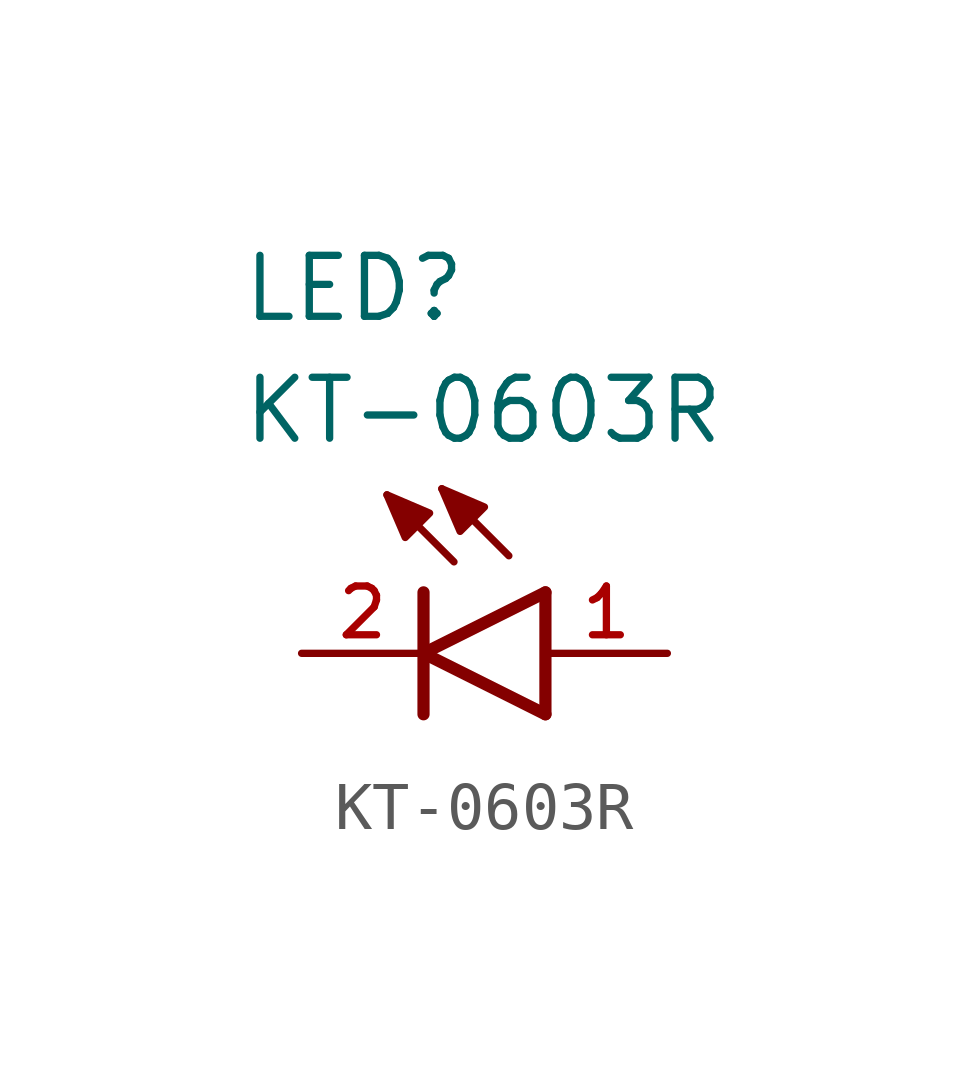
<source format=kicad_sym>
(kicad_symbol_lib
  (version 20241209)
  (generator "kicad_symbol_editor")
  (generator_version "9.0")
  (symbol "KT-0603R"
    (pin_names
      (hide yes))
    (property "Reference" "LED"
      (at -3.81 6.858 0)
      (effects (font (size 1.27 1.27)) (justify left bottom)))
    (property "Value" "KT-0603R"
      (at -3.81 4.318 0)
      (effects (font (size 1.27 1.27)) (justify left bottom)))
    (symbol "KT-0603R_0_0"
      (polyline (pts (xy -0.762 3.302) (xy 0.127 2.921) (xy -0.381 2.413) (xy -0.762 3.302)) (stroke (width 0.152) (type default)) (fill (type outline)))
      (polyline (pts (xy 0 0) (xy 0 1.27)) (stroke (width 0.254) (type default)) (fill (type none)))
      (polyline (pts (xy 0 0) (xy 2.54 1.27)) (stroke (width 0.254) (type default)) (fill (type none)))
      (polyline (pts (xy 0 -1.27) (xy 0 0)) (stroke (width 0.254) (type default)) (fill (type none)))
      (polyline (pts (xy 0.381 3.429) (xy 1.27 3.048) (xy 0.762 2.54) (xy 0.381 3.429)) (stroke (width 0.152) (type default)) (fill (type outline)))
      (polyline (pts (xy 0.635 1.905) (xy -0.762 3.302)) (stroke (width 0.152) (type default)) (fill (type none)))
      (polyline (pts (xy 1.778 2.032) (xy 0.381 3.429)) (stroke (width 0.152) (type default)) (fill (type none)))
      (polyline (pts (xy 2.54 -1.27) (xy 0 0)) (stroke (width 0.254) (type default)) (fill (type none)))
      (polyline (pts (xy 2.54 -1.27) (xy 2.54 1.27)) (stroke (width 0.254) (type default)) (fill (type none))))
    (symbol "KT-0603R_1_0"
      (pin passive line (at -2.54 0 0) (length 2.54) (name "" (effects (font (size 1.016 1.016)))) (number "2" (effects (font (size 1.016 1.016)))))
      (pin passive line (at 5.08 0 180) (length 2.54) (name "" (effects (font (size 1.016 1.016)))) (number "1" (effects (font (size 1.016 1.016))))))))
</source>
